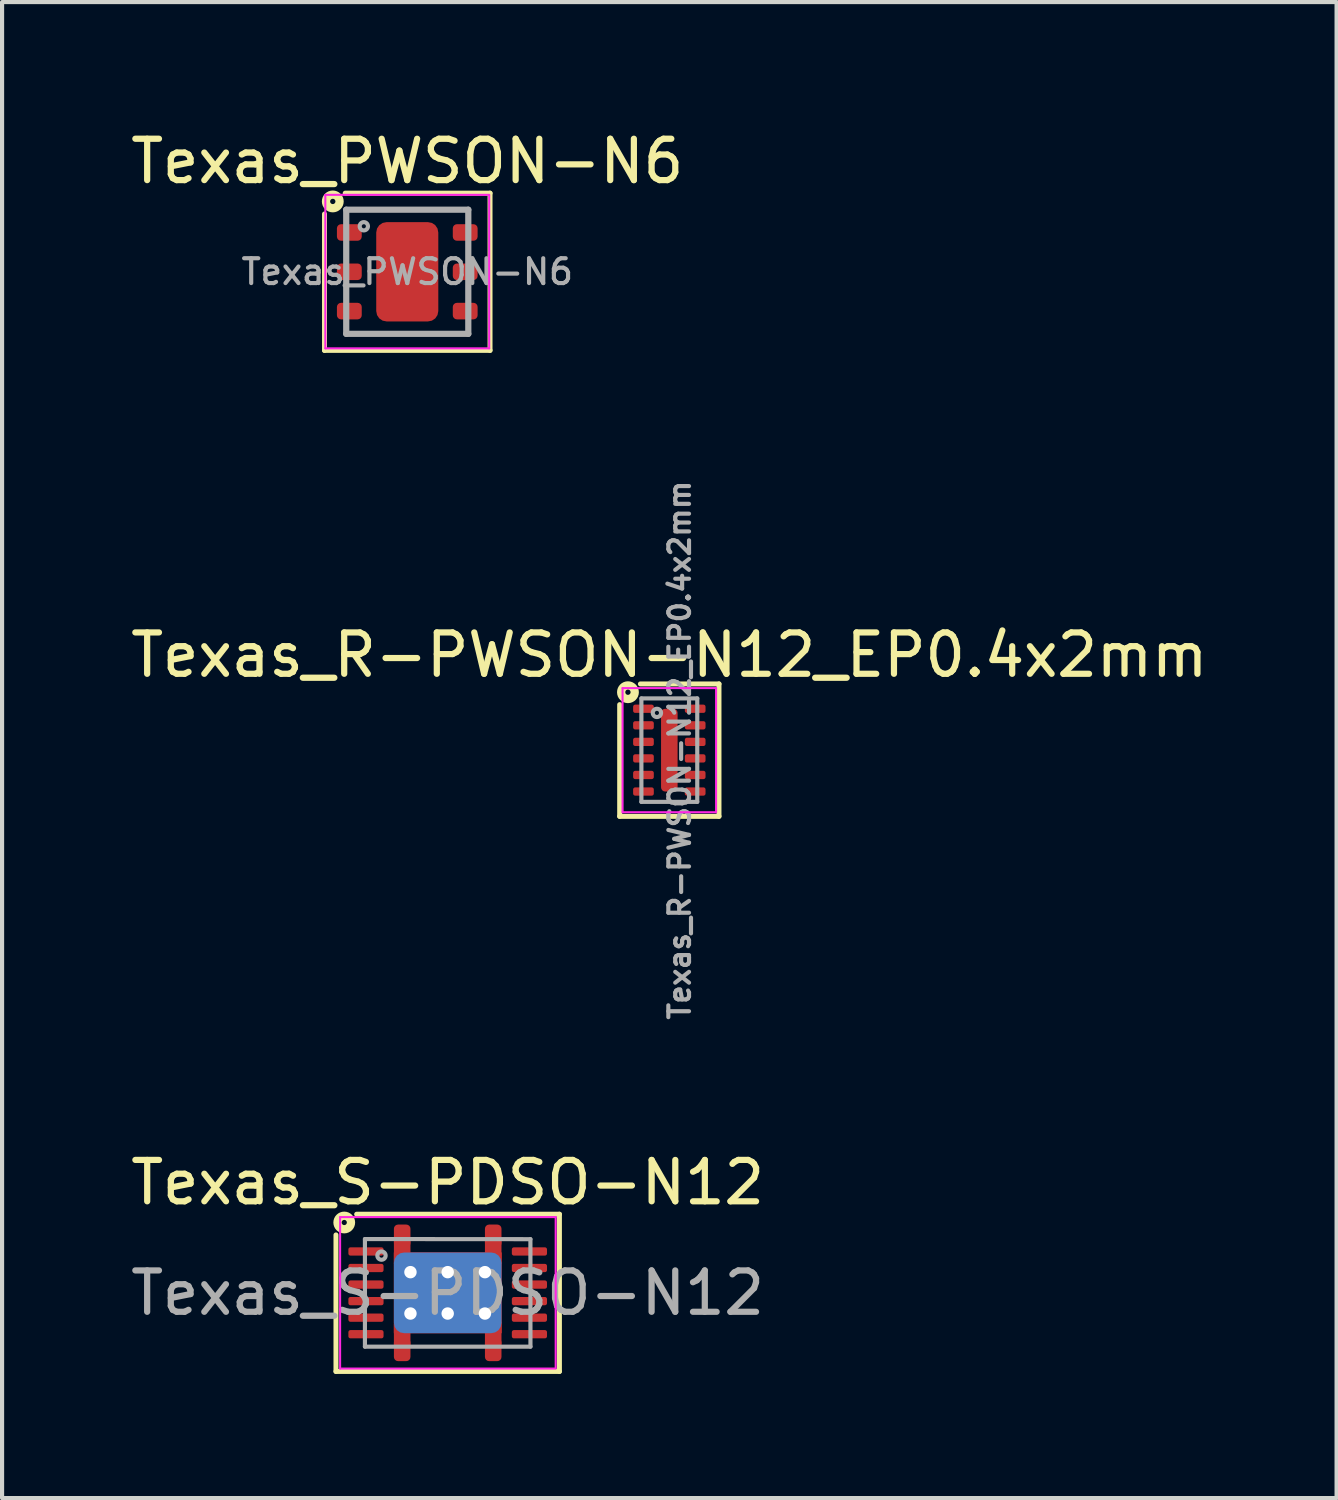
<source format=kicad_pcb>
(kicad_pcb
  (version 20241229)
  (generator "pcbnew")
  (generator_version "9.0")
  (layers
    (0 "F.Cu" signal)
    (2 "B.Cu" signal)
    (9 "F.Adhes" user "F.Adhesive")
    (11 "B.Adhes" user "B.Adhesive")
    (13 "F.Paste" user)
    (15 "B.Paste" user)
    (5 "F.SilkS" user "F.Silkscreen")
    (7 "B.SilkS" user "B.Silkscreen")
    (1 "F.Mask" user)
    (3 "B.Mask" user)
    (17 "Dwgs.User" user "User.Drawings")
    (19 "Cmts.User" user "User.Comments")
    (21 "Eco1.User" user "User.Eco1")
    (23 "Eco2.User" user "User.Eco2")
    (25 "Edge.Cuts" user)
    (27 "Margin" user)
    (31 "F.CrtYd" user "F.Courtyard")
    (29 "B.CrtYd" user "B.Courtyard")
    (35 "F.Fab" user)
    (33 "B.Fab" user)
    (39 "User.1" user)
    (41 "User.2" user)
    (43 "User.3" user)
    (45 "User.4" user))
  (footprint "Texas_R-PWSON-N12_EP0.4x2mm"
    (layer "F.Cu")
    (at 13.125 15.078)
    (property "Reference" "Texas_R-PWSON-N12_EP0.4x2mm" (at 0 -2.3 0) (layer "F.SilkS") (effects (font (size 1 1) (thickness 0.15))))
    (attr smd)
    (fp_line (start -1.2 1.6) (end -1.2 -1.1) (stroke (width 0.12) (type solid)) (layer "F.SilkS"))
    (fp_line (start -0.699 -1.6) (end 1.2 -1.6) (stroke (width 0.12) (type solid)) (layer "F.SilkS"))
    (fp_line (start 1.2 -1.6) (end 1.2 1.6) (stroke (width 0.12) (type solid)) (layer "F.SilkS"))
    (fp_line (start 1.2 1.6) (end -1.2 1.6) (stroke (width 0.12) (type solid)) (layer "F.SilkS"))
    (fp_circle (center -1 -1.4) (end -0.936 -1.4) (stroke (width 0.2) (type solid)) (fill no) (layer "F.SilkS"))
    (fp_line (start -1.13 -1.5) (end -1.13 1.5) (stroke (width 0.05) (type solid)) (layer "F.CrtYd"))
    (fp_line (start -1.13 -1.5) (end 1.13 -1.5) (stroke (width 0.05) (type solid)) (layer "F.CrtYd"))
    (fp_line (start -1.13 1.5) (end 1.13 1.5) (stroke (width 0.05) (type solid)) (layer "F.CrtYd"))
    (fp_line (start 1.13 -1.5) (end 1.13 1.5) (stroke (width 0.05) (type solid)) (layer "F.CrtYd"))
    (fp_line (start -0.675 -1.25) (end -0.675 1.25) (stroke (width 0.1) (type solid)) (layer "F.Fab"))
    (fp_line (start -0.675 -1.25) (end 0.675 -1.25) (stroke (width 0.1) (type solid)) (layer "F.Fab"))
    (fp_line (start -0.675 1.25) (end 0.675 1.25) (stroke (width 0.1) (type solid)) (layer "F.Fab"))
    (fp_line (start 0.675 -1.25) (end 0.675 1.25) (stroke (width 0.1) (type solid)) (layer "F.Fab"))
    (fp_circle (center -0.3 -0.9) (end -0.2 -0.9) (stroke (width 0.1) (type solid)) (fill no) (layer "F.Fab"))
    (fp_text user "${REFERENCE}" (at 0.25 0 90) (layer "F.Fab") (effects (font (size 0.5 0.5) (thickness 0.1))))
    (pad "" smd roundrect (at 0 -0.68) (size 0.3 0.55) (layers "F.Paste") (roundrect_rratio 0.25))
    (pad "" smd roundrect (at 0 0) (size 0.3 0.55) (layers "F.Paste") (roundrect_rratio 0.25))
    (pad "" smd roundrect (at 0 0.68) (size 0.3 0.55) (layers "F.Paste") (roundrect_rratio 0.25))
    (pad "1" smd roundrect (at -0.625 -1 90) (size 0.2 0.5) (layers "F.Cu" "F.Mask" "F.Paste") (roundrect_rratio 0.25))
    (pad "2" smd roundrect (at -0.625 -0.6 90) (size 0.2 0.5) (layers "F.Cu" "F.Mask" "F.Paste") (roundrect_rratio 0.25))
    (pad "3" smd roundrect (at -0.625 -0.2 90) (size 0.2 0.5) (layers "F.Cu" "F.Mask" "F.Paste") (roundrect_rratio 0.25))
    (pad "4" smd roundrect (at -0.625 0.2 90) (size 0.2 0.5) (layers "F.Cu" "F.Mask" "F.Paste") (roundrect_rratio 0.25))
    (pad "5" smd roundrect (at -0.625 0.6 90) (size 0.2 0.5) (layers "F.Cu" "F.Mask" "F.Paste") (roundrect_rratio 0.25))
    (pad "6" smd roundrect (at -0.625 1 90) (size 0.2 0.5) (layers "F.Cu" "F.Mask" "F.Paste") (roundrect_rratio 0.25))
    (pad "7" smd roundrect (at 0.625 1 90) (size 0.2 0.5) (layers "F.Cu" "F.Mask" "F.Paste") (roundrect_rratio 0.25))
    (pad "8" smd roundrect (at 0.625 0.6 90) (size 0.2 0.5) (layers "F.Cu" "F.Mask" "F.Paste") (roundrect_rratio 0.25))
    (pad "9" smd roundrect (at 0.625 0.2 90) (size 0.2 0.5) (layers "F.Cu" "F.Mask" "F.Paste") (roundrect_rratio 0.25))
    (pad "10" smd roundrect (at 0.625 -0.2 90) (size 0.2 0.5) (layers "F.Cu" "F.Mask" "F.Paste") (roundrect_rratio 0.25))
    (pad "11" smd roundrect (at 0.625 -0.6 90) (size 0.2 0.5) (layers "F.Cu" "F.Mask" "F.Paste") (roundrect_rratio 0.25))
    (pad "12" smd roundrect (at 0.625 -1 90) (size 0.2 0.5) (layers "F.Cu" "F.Mask" "F.Paste") (roundrect_rratio 0.25))
    (pad "13" smd roundrect (at 0 0) (size 0.4 2) (layers "F.Cu" "F.Mask") (roundrect_rratio 0.25)))
  (footprint "Texas_S-PDSO-N12"
    (layer "F.Cu")
    (at 7.769 28.193)
    (property "Reference" "Texas_S-PDSO-N12" (at 0 -2.667 0) (layer "F.SilkS") (effects (font (size 1 1) (thickness 0.15))))
    (attr smd)
    (fp_line (start -2.7 1.9) (end -2.7 -1.4) (stroke (width 0.12) (type solid)) (layer "F.SilkS"))
    (fp_line (start -2.2 -1.9) (end 2.7 -1.9) (stroke (width 0.12) (type solid)) (layer "F.SilkS"))
    (fp_line (start 2.7 -1.9) (end 2.7 1.9) (stroke (width 0.12) (type solid)) (layer "F.SilkS"))
    (fp_line (start 2.7 1.9) (end -2.7 1.9) (stroke (width 0.12) (type solid)) (layer "F.SilkS"))
    (fp_circle (center -2.5 -1.7) (end -2.437 -1.7) (stroke (width 0.2) (type solid)) (fill no) (layer "F.SilkS"))
    (fp_line (start -2.6 -1.83) (end 2.61 -1.83) (stroke (width 0.05) (type solid)) (layer "F.CrtYd"))
    (fp_line (start -2.6 1.83) (end -2.6 -1.83) (stroke (width 0.05) (type solid)) (layer "F.CrtYd"))
    (fp_line (start -2.6 1.83) (end 2.61 1.83) (stroke (width 0.05) (type solid)) (layer "F.CrtYd"))
    (fp_line (start 2.61 1.82) (end 2.61 -1.83) (stroke (width 0.05) (type solid)) (layer "F.CrtYd"))
    (fp_line (start -2 -1.3) (end -2 1.3) (stroke (width 0.1) (type solid)) (layer "F.Fab"))
    (fp_line (start -2 -1.3) (end 1.999 -1.297) (stroke (width 0.1) (type solid)) (layer "F.Fab"))
    (fp_line (start -2 1.3) (end 2 1.3) (stroke (width 0.1) (type solid)) (layer "F.Fab"))
    (fp_line (start 2 1.3) (end 1.999 -1.297) (stroke (width 0.1) (type solid)) (layer "F.Fab"))
    (fp_circle (center -1.6 -0.9) (end -1.5 -0.9) (stroke (width 0.1) (type solid)) (fill no) (layer "F.Fab"))
    (fp_text user "${REFERENCE}" (at -0.001 0.003 0) (layer "F.Fab") (effects (font (size 1 1) (thickness 0.15))))
    (pad "" smd roundrect (at -0.7 -0.5) (size 1.1 0.7) (layers "F.Paste") (roundrect_rratio 0.25))
    (pad "" smd roundrect (at -0.7 0.5) (size 1.1 0.7) (layers "F.Paste") (roundrect_rratio 0.25))
    (pad "" smd roundrect (at 0.7 -0.5) (size 1.1 0.7) (layers "F.Paste") (roundrect_rratio 0.25))
    (pad "" smd roundrect (at 0.7 0.5) (size 1.1 0.7) (layers "F.Paste") (roundrect_rratio 0.25))
    (pad "1" smd roundrect (at -1.975 -1) (size 0.85 0.2) (layers "F.Cu" "F.Mask" "F.Paste") (roundrect_rratio 0.25))
    (pad "2" smd roundrect (at -1.975 -0.6) (size 0.85 0.2) (layers "F.Cu" "F.Mask" "F.Paste") (roundrect_rratio 0.25))
    (pad "3" smd roundrect (at -1.975 -0.2) (size 0.85 0.2) (layers "F.Cu" "F.Mask" "F.Paste") (roundrect_rratio 0.25))
    (pad "4" smd roundrect (at -1.975 0.2) (size 0.85 0.2) (layers "F.Cu" "F.Mask" "F.Paste") (roundrect_rratio 0.25))
    (pad "5" smd roundrect (at -1.975 0.6) (size 0.85 0.2) (layers "F.Cu" "F.Mask" "F.Paste") (roundrect_rratio 0.25))
    (pad "6" smd roundrect (at -1.975 1) (size 0.85 0.2) (layers "F.Cu" "F.Mask" "F.Paste") (roundrect_rratio 0.25))
    (pad "7" smd roundrect (at 1.975 1) (size 0.85 0.2) (layers "F.Cu" "F.Mask" "F.Paste") (roundrect_rratio 0.25))
    (pad "8" smd roundrect (at 1.975 0.6) (size 0.85 0.2) (layers "F.Cu" "F.Mask" "F.Paste") (roundrect_rratio 0.25))
    (pad "9" smd roundrect (at 1.975 0.2) (size 0.85 0.2) (layers "F.Cu" "F.Mask" "F.Paste") (roundrect_rratio 0.25))
    (pad "10" smd roundrect (at 1.975 -0.2) (size 0.85 0.2) (layers "F.Cu" "F.Mask" "F.Paste") (roundrect_rratio 0.25))
    (pad "11" smd roundrect (at 1.975 -0.6) (size 0.85 0.2) (layers "F.Cu" "F.Mask" "F.Paste") (roundrect_rratio 0.25))
    (pad "12" smd roundrect (at 1.975 -1) (size 0.85 0.2) (layers "F.Cu" "F.Mask" "F.Paste") (roundrect_rratio 0.25))
    (pad "13" smd roundrect (at -1.1 -1.375) (size 0.4 0.55) (layers "F.Cu" "F.Mask" "F.Paste") (roundrect_rratio 0.25))
    (pad "13" smd rect (at -1.1 -0.975) (size 0.4 0.55) (layers "F.Cu" "F.Mask"))
    (pad "13" smd rect (at -1.1 1.025) (size 0.4 0.55) (layers "F.Cu" "F.Mask"))
    (pad "13" smd roundrect (at -1.1 1.375) (size 0.4 0.55) (layers "F.Cu" "F.Mask" "F.Paste") (roundrect_rratio 0.25))
    (pad "13" thru_hole circle (at -0.9 -0.5) (size 0.6 0.6) (drill 0.3) (layers "*.Cu"))
    (pad "13" thru_hole circle (at -0.9 0.5) (size 0.6 0.6) (drill 0.3) (layers "*.Cu"))
    (pad "13" smd rect (at -0.65 -0.487 90) (size 0.975 1.3) (layers "F.Cu"))
    (pad "13" smd rect (at -0.65 0.487 90) (size 0.975 1.3) (layers "F.Cu"))
    (pad "13" thru_hole circle (at 0 -0.5) (size 0.6 0.6) (drill 0.3) (layers "*.Cu"))
    (pad "13" smd rect (at 0 0 270) (size 1.95 2.6) (layers "F.Cu" "F.Mask"))
    (pad "13" smd roundrect (at 0 0 270) (size 1.95 2.6) (layers "B.Cu" "B.Mask") (roundrect_rratio 0.128))
    (pad "13" thru_hole circle (at 0 0.5) (size 0.6 0.6) (drill 0.3) (layers "*.Cu"))
    (pad "13" smd rect (at 0.65 -0.487 90) (size 0.975 1.3) (layers "F.Cu"))
    (pad "13" smd rect (at 0.65 0.487 90) (size 0.975 1.3) (layers "F.Cu"))
    (pad "13" thru_hole circle (at 0.9 -0.5) (size 0.6 0.6) (drill 0.3) (layers "*.Cu"))
    (pad "13" thru_hole circle (at 0.9 0.5) (size 0.6 0.6) (drill 0.3) (layers "*.Cu"))
    (pad "13" smd roundrect (at 1.1 -1.375) (size 0.4 0.55) (layers "F.Cu" "F.Mask" "F.Paste") (roundrect_rratio 0.25))
    (pad "13" smd rect (at 1.1 -0.975) (size 0.4 0.55) (layers "F.Cu" "F.Mask"))
    (pad "13" smd rect (at 1.1 0.975) (size 0.4 0.55) (layers "F.Cu" "F.Mask"))
    (pad "13" smd roundrect (at 1.1 1.375) (size 0.4 0.55) (layers "F.Cu" "F.Mask" "F.Paste") (roundrect_rratio 0.25)))
  (footprint "Texas_PWSON-N6"
    (layer "F.Cu")
    (at 6.792 3.518)
    (property "Reference" "Texas_PWSON-N6" (at 0 -2.67 0) (layer "F.SilkS") (effects (font (size 1 1) (thickness 0.15))))
    (attr smd)
    (fp_line (start -2 1.9) (end -2 -1.397) (stroke (width 0.12) (type solid)) (layer "F.SilkS"))
    (fp_line (start -1.5 -1.9) (end 2 -1.9) (stroke (width 0.12) (type solid)) (layer "F.SilkS"))
    (fp_line (start 2 -1.9) (end 2 1.9) (stroke (width 0.12) (type solid)) (layer "F.SilkS"))
    (fp_line (start 2 1.9) (end -2 1.9) (stroke (width 0.12) (type solid)) (layer "F.SilkS"))
    (fp_circle (center -1.8 -1.7) (end -1.8 -1.764) (stroke (width 0.2) (type solid)) (fill no) (layer "F.SilkS"))
    (fp_line (start -1.98 -1.86) (end 1.98 -1.86) (stroke (width 0.05) (type solid)) (layer "F.CrtYd"))
    (fp_line (start -1.98 1.85) (end -1.98 -1.85) (stroke (width 0.05) (type solid)) (layer "F.CrtYd"))
    (fp_line (start -1.98 1.85) (end 1.98 1.85) (stroke (width 0.05) (type solid)) (layer "F.CrtYd"))
    (fp_line (start 1.98 1.85) (end 1.98 -1.85) (stroke (width 0.05) (type solid)) (layer "F.CrtYd"))
    (fp_line (start -1.475 -1.5) (end -1.475 1.5) (stroke (width 0.15) (type solid)) (layer "F.Fab"))
    (fp_line (start 1.475 -1.5) (end -1.475 -1.5) (stroke (width 0.15) (type solid)) (layer "F.Fab"))
    (fp_line (start 1.475 -1.5) (end 1.475 1.5) (stroke (width 0.15) (type solid)) (layer "F.Fab"))
    (fp_line (start 1.475 1.5) (end -1.475 1.5) (stroke (width 0.15) (type solid)) (layer "F.Fab"))
    (fp_circle (center -1.05 -1.1) (end -0.95 -1.1) (stroke (width 0.1) (type solid)) (fill no) (layer "F.Fab"))
    (fp_text user "${REFERENCE}" (at 0 0 0) (layer "F.Fab") (effects (font (size 0.6 0.6) (thickness 0.1))))
    (pad "" smd roundrect (at -0.4 -0.6) (size 0.55 0.9) (layers "F.Paste") (roundrect_rratio 0.25))
    (pad "" smd roundrect (at -0.4 0.6) (size 0.55 0.9) (layers "F.Paste") (roundrect_rratio 0.25))
    (pad "" smd roundrect (at 0.4 -0.6) (size 0.55 0.9) (layers "F.Paste") (roundrect_rratio 0.25))
    (pad "" smd roundrect (at 0.4 0.6) (size 0.55 0.9) (layers "F.Paste") (roundrect_rratio 0.25))
    (pad "1" smd roundrect (at -1.4 -0.95) (size 0.6 0.4) (layers "F.Cu" "F.Mask" "F.Paste") (roundrect_rratio 0.25))
    (pad "2" smd roundrect (at -1.4 0) (size 0.6 0.4) (layers "F.Cu" "F.Mask" "F.Paste") (roundrect_rratio 0.25))
    (pad "3" smd roundrect (at -1.4 0.95) (size 0.6 0.4) (layers "F.Cu" "F.Mask" "F.Paste") (roundrect_rratio 0.25))
    (pad "4" smd roundrect (at 1.4 0.95) (size 0.6 0.4) (layers "F.Cu" "F.Mask" "F.Paste") (roundrect_rratio 0.25))
    (pad "5" smd roundrect (at 1.4 0) (size 0.6 0.4) (layers "F.Cu" "F.Mask" "F.Paste") (roundrect_rratio 0.25))
    (pad "6" smd roundrect (at 1.4 -0.95) (size 0.6 0.4) (layers "F.Cu" "F.Mask" "F.Paste") (roundrect_rratio 0.25))
    (pad "7" smd roundrect (at 0 0) (size 1.5 2.4) (layers "F.Cu" "F.Mask") (roundrect_rratio 0.167)))
  (gr_rect
    (start -3 -3)
    (end 29.25 33.153)
    (stroke (width 0.1) (type default))
    (fill no)
    (layer "Edge.Cuts")))
</source>
